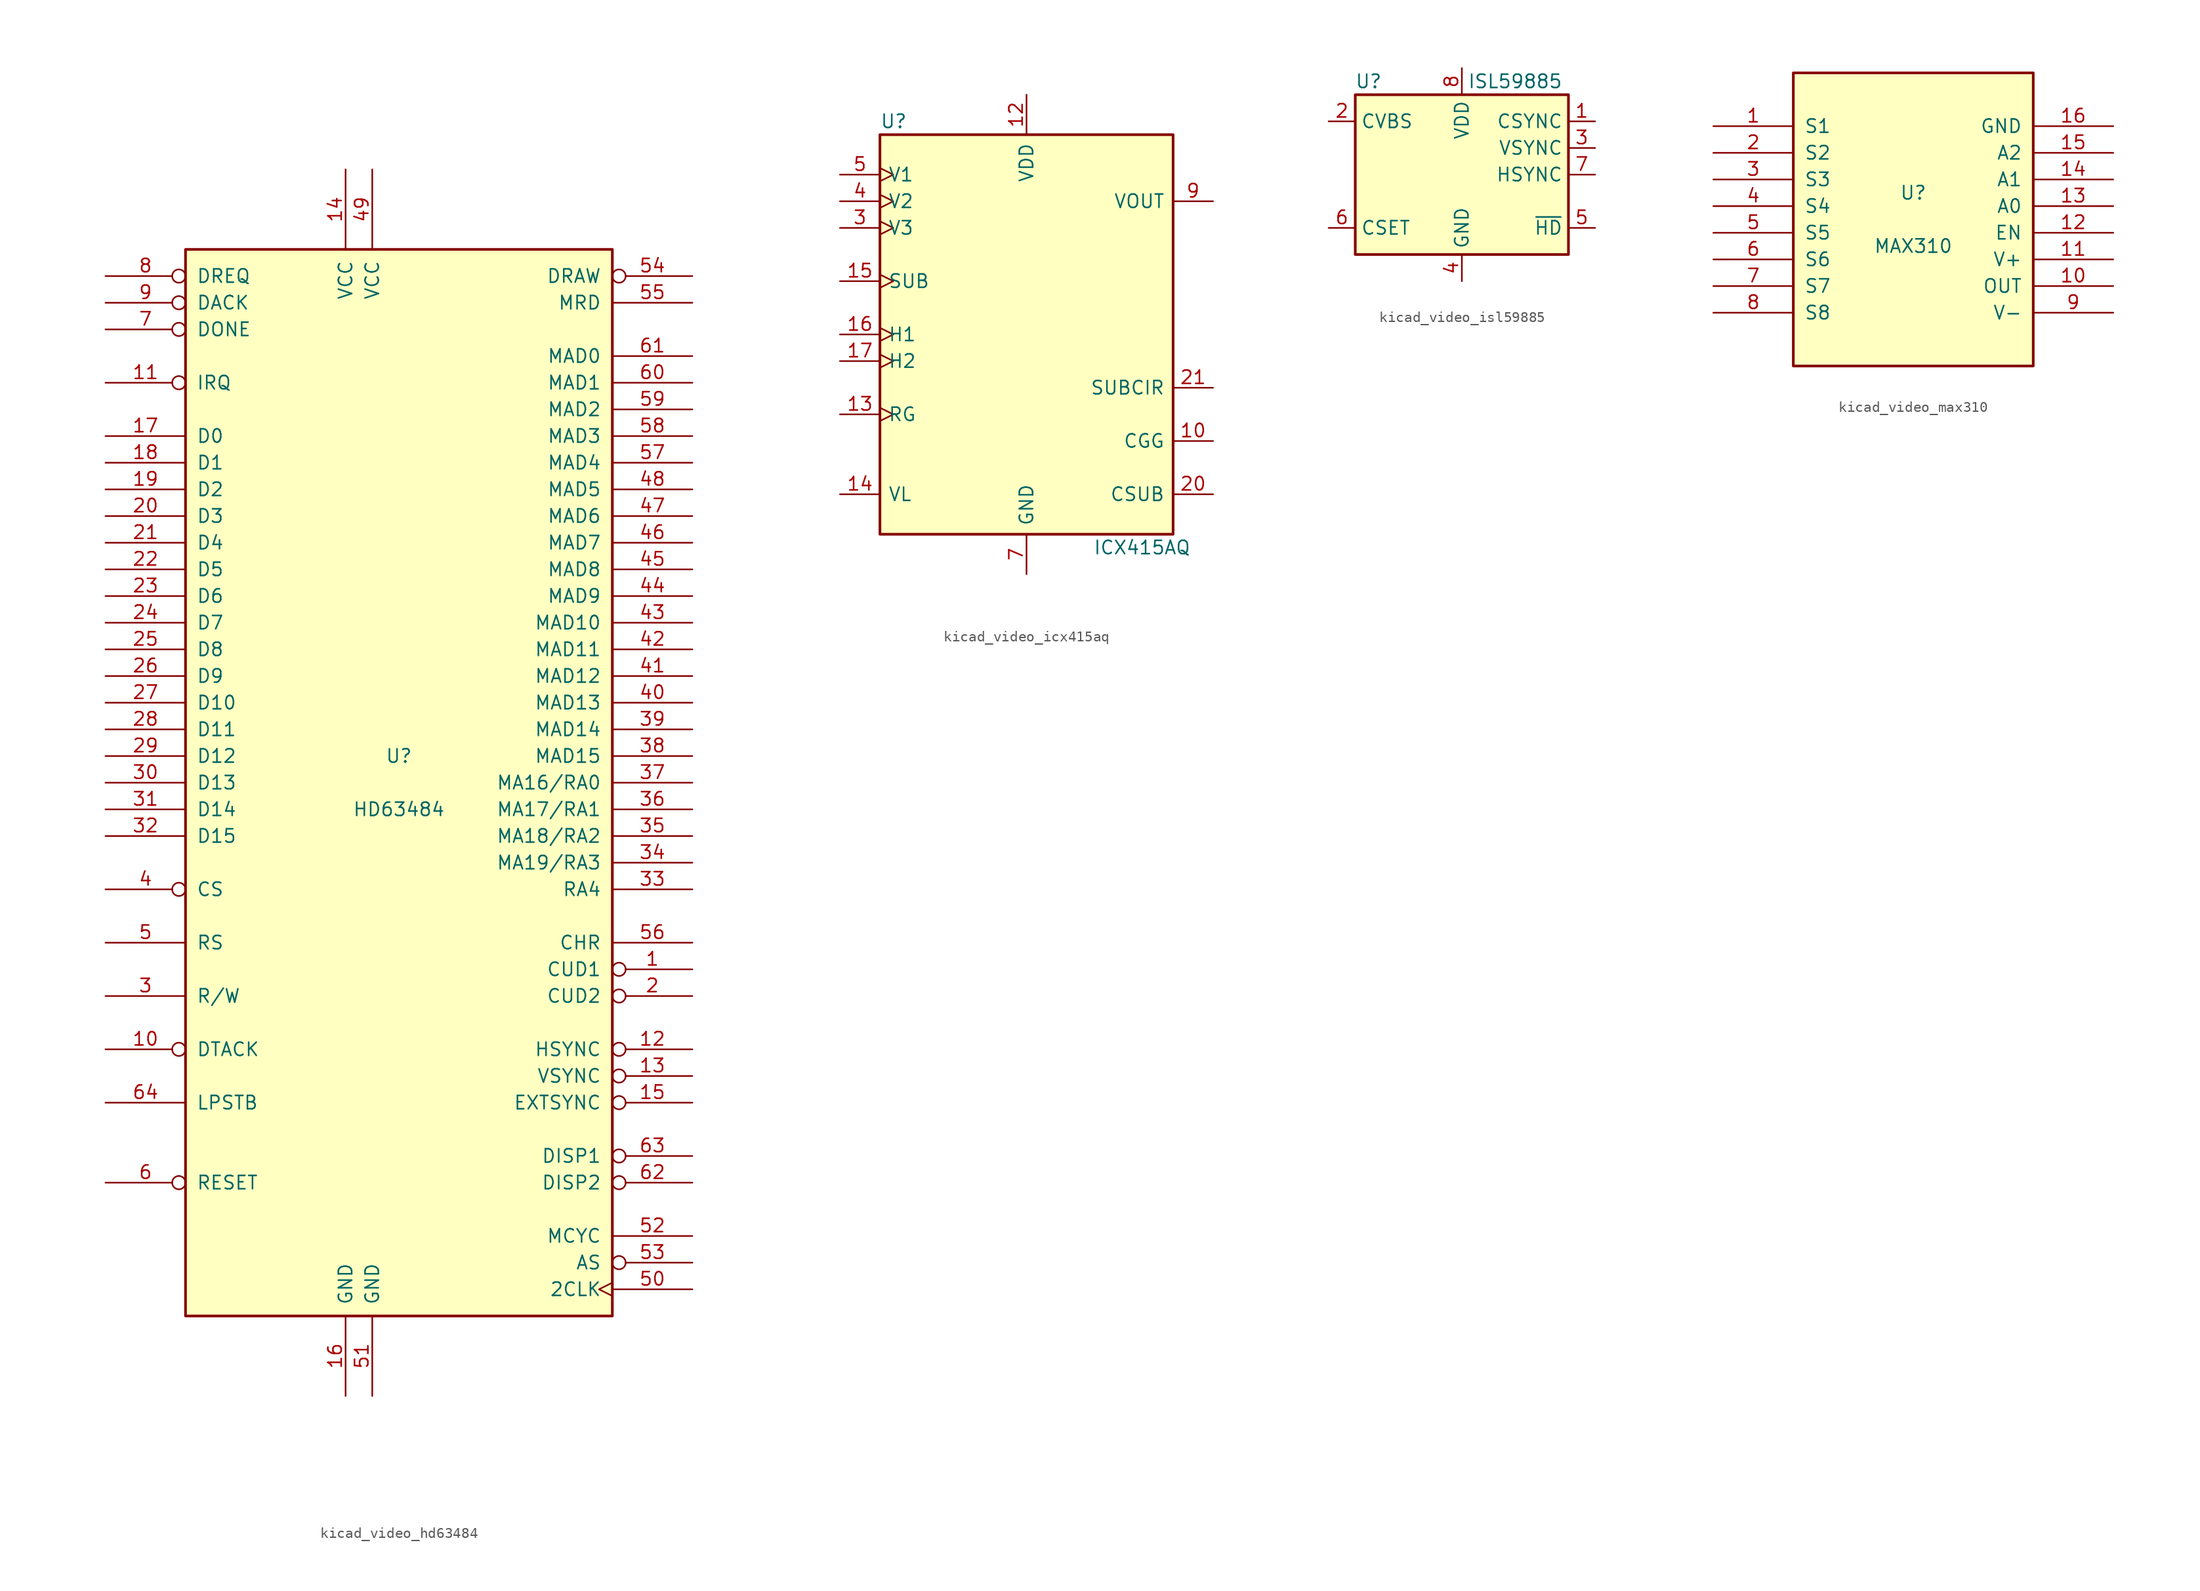
<source format=kicad_sym>
(kicad_symbol_lib
  (version 20220914)
  (generator kicad_symbol_editor)
  (symbol "kicad_video_hd63484"
    (pin_names
      (offset 1.016))
    (property "Reference" "U"
      (at 0 2.54 0)
      (effects (font (size 1.27 1.27))))
    (property "Value" "HD63484"
      (at 0 -2.54 0)
      (effects (font (size 1.27 1.27))))
    (symbol "kicad_video_hd63484_0_1"
      (rectangle (start -20.32 -50.8) (end 20.32 50.8) (stroke (width 0.254) (type default)) (fill (type background))))
    (symbol "kicad_video_hd63484_1_1"
      (pin output inverted (at 27.94 -17.78 180) (length 7.62) (name "CUD1" (effects (font (size 1.27 1.27)))) (number "1" (effects (font (size 1.27 1.27)))))
      (pin output inverted (at -27.94 -25.4 0) (length 7.62) (name "DTACK" (effects (font (size 1.27 1.27)))) (number "10" (effects (font (size 1.27 1.27)))))
      (pin output inverted (at -27.94 38.1 0) (length 7.62) (name "IRQ" (effects (font (size 1.27 1.27)))) (number "11" (effects (font (size 1.27 1.27)))))
      (pin output inverted (at 27.94 -25.4 180) (length 7.62) (name "HSYNC" (effects (font (size 1.27 1.27)))) (number "12" (effects (font (size 1.27 1.27)))))
      (pin output inverted (at 27.94 -27.94 180) (length 7.62) (name "VSYNC" (effects (font (size 1.27 1.27)))) (number "13" (effects (font (size 1.27 1.27)))))
      (pin input line (at -5.08 58.42 270) (length 7.62) (name "VCC" (effects (font (size 1.27 1.27)))) (number "14" (effects (font (size 1.27 1.27)))))
      (pin input inverted (at 27.94 -30.48 180) (length 7.62) (name "EXTSYNC" (effects (font (size 1.27 1.27)))) (number "15" (effects (font (size 1.27 1.27)))))
      (pin input line (at -5.08 -58.42 90) (length 7.62) (name "GND" (effects (font (size 1.27 1.27)))) (number "16" (effects (font (size 1.27 1.27)))))
      (pin tri_state line (at -27.94 33.02 0) (length 7.62) (name "D0" (effects (font (size 1.27 1.27)))) (number "17" (effects (font (size 1.27 1.27)))))
      (pin tri_state line (at -27.94 30.48 0) (length 7.62) (name "D1" (effects (font (size 1.27 1.27)))) (number "18" (effects (font (size 1.27 1.27)))))
      (pin tri_state line (at -27.94 27.94 0) (length 7.62) (name "D2" (effects (font (size 1.27 1.27)))) (number "19" (effects (font (size 1.27 1.27)))))
      (pin output inverted (at 27.94 -20.32 180) (length 7.62) (name "CUD2" (effects (font (size 1.27 1.27)))) (number "2" (effects (font (size 1.27 1.27)))))
      (pin tri_state line (at -27.94 25.4 0) (length 7.62) (name "D3" (effects (font (size 1.27 1.27)))) (number "20" (effects (font (size 1.27 1.27)))))
      (pin tri_state line (at -27.94 22.86 0) (length 7.62) (name "D4" (effects (font (size 1.27 1.27)))) (number "21" (effects (font (size 1.27 1.27)))))
      (pin tri_state line (at -27.94 20.32 0) (length 7.62) (name "D5" (effects (font (size 1.27 1.27)))) (number "22" (effects (font (size 1.27 1.27)))))
      (pin tri_state line (at -27.94 17.78 0) (length 7.62) (name "D6" (effects (font (size 1.27 1.27)))) (number "23" (effects (font (size 1.27 1.27)))))
      (pin tri_state line (at -27.94 15.24 0) (length 7.62) (name "D7" (effects (font (size 1.27 1.27)))) (number "24" (effects (font (size 1.27 1.27)))))
      (pin tri_state line (at -27.94 12.7 0) (length 7.62) (name "D8" (effects (font (size 1.27 1.27)))) (number "25" (effects (font (size 1.27 1.27)))))
      (pin tri_state line (at -27.94 10.16 0) (length 7.62) (name "D9" (effects (font (size 1.27 1.27)))) (number "26" (effects (font (size 1.27 1.27)))))
      (pin tri_state line (at -27.94 7.62 0) (length 7.62) (name "D10" (effects (font (size 1.27 1.27)))) (number "27" (effects (font (size 1.27 1.27)))))
      (pin tri_state line (at -27.94 5.08 0) (length 7.62) (name "D11" (effects (font (size 1.27 1.27)))) (number "28" (effects (font (size 1.27 1.27)))))
      (pin tri_state line (at -27.94 2.54 0) (length 7.62) (name "D12" (effects (font (size 1.27 1.27)))) (number "29" (effects (font (size 1.27 1.27)))))
      (pin input line (at -27.94 -20.32 0) (length 7.62) (name "R/W" (effects (font (size 1.27 1.27)))) (number "3" (effects (font (size 1.27 1.27)))))
      (pin tri_state line (at -27.94 0 0) (length 7.62) (name "D13" (effects (font (size 1.27 1.27)))) (number "30" (effects (font (size 1.27 1.27)))))
      (pin tri_state line (at -27.94 -2.54 0) (length 7.62) (name "D14" (effects (font (size 1.27 1.27)))) (number "31" (effects (font (size 1.27 1.27)))))
      (pin tri_state line (at -27.94 -5.08 0) (length 7.62) (name "D15" (effects (font (size 1.27 1.27)))) (number "32" (effects (font (size 1.27 1.27)))))
      (pin output line (at 27.94 -10.16 180) (length 7.62) (name "RA4" (effects (font (size 1.27 1.27)))) (number "33" (effects (font (size 1.27 1.27)))))
      (pin output line (at 27.94 -7.62 180) (length 7.62) (name "MA19/RA3" (effects (font (size 1.27 1.27)))) (number "34" (effects (font (size 1.27 1.27)))))
      (pin output line (at 27.94 -5.08 180) (length 7.62) (name "MA18/RA2" (effects (font (size 1.27 1.27)))) (number "35" (effects (font (size 1.27 1.27)))))
      (pin output line (at 27.94 -2.54 180) (length 7.62) (name "MA17/RA1" (effects (font (size 1.27 1.27)))) (number "36" (effects (font (size 1.27 1.27)))))
      (pin output line (at 27.94 0 180) (length 7.62) (name "MA16/RA0" (effects (font (size 1.27 1.27)))) (number "37" (effects (font (size 1.27 1.27)))))
      (pin tri_state line (at 27.94 2.54 180) (length 7.62) (name "MAD15" (effects (font (size 1.27 1.27)))) (number "38" (effects (font (size 1.27 1.27)))))
      (pin tri_state line (at 27.94 5.08 180) (length 7.62) (name "MAD14" (effects (font (size 1.27 1.27)))) (number "39" (effects (font (size 1.27 1.27)))))
      (pin input inverted (at -27.94 -10.16 0) (length 7.62) (name "CS" (effects (font (size 1.27 1.27)))) (number "4" (effects (font (size 1.27 1.27)))))
      (pin tri_state line (at 27.94 7.62 180) (length 7.62) (name "MAD13" (effects (font (size 1.27 1.27)))) (number "40" (effects (font (size 1.27 1.27)))))
      (pin tri_state line (at 27.94 10.16 180) (length 7.62) (name "MAD12" (effects (font (size 1.27 1.27)))) (number "41" (effects (font (size 1.27 1.27)))))
      (pin tri_state line (at 27.94 12.7 180) (length 7.62) (name "MAD11" (effects (font (size 1.27 1.27)))) (number "42" (effects (font (size 1.27 1.27)))))
      (pin tri_state line (at 27.94 15.24 180) (length 7.62) (name "MAD10" (effects (font (size 1.27 1.27)))) (number "43" (effects (font (size 1.27 1.27)))))
      (pin tri_state line (at 27.94 17.78 180) (length 7.62) (name "MAD9" (effects (font (size 1.27 1.27)))) (number "44" (effects (font (size 1.27 1.27)))))
      (pin tri_state line (at 27.94 20.32 180) (length 7.62) (name "MAD8" (effects (font (size 1.27 1.27)))) (number "45" (effects (font (size 1.27 1.27)))))
      (pin tri_state line (at 27.94 22.86 180) (length 7.62) (name "MAD7" (effects (font (size 1.27 1.27)))) (number "46" (effects (font (size 1.27 1.27)))))
      (pin tri_state line (at 27.94 25.4 180) (length 7.62) (name "MAD6" (effects (font (size 1.27 1.27)))) (number "47" (effects (font (size 1.27 1.27)))))
      (pin tri_state line (at 27.94 27.94 180) (length 7.62) (name "MAD5" (effects (font (size 1.27 1.27)))) (number "48" (effects (font (size 1.27 1.27)))))
      (pin input line (at -2.54 58.42 270) (length 7.62) (name "VCC" (effects (font (size 1.27 1.27)))) (number "49" (effects (font (size 1.27 1.27)))))
      (pin input line (at -27.94 -15.24 0) (length 7.62) (name "RS" (effects (font (size 1.27 1.27)))) (number "5" (effects (font (size 1.27 1.27)))))
      (pin input clock (at 27.94 -48.26 180) (length 7.62) (name "2CLK" (effects (font (size 1.27 1.27)))) (number "50" (effects (font (size 1.27 1.27)))))
      (pin input line (at -2.54 -58.42 90) (length 7.62) (name "GND" (effects (font (size 1.27 1.27)))) (number "51" (effects (font (size 1.27 1.27)))))
      (pin output line (at 27.94 -43.18 180) (length 7.62) (name "MCYC" (effects (font (size 1.27 1.27)))) (number "52" (effects (font (size 1.27 1.27)))))
      (pin output inverted (at 27.94 -45.72 180) (length 7.62) (name "AS" (effects (font (size 1.27 1.27)))) (number "53" (effects (font (size 1.27 1.27)))))
      (pin output inverted (at 27.94 48.26 180) (length 7.62) (name "DRAW" (effects (font (size 1.27 1.27)))) (number "54" (effects (font (size 1.27 1.27)))))
      (pin output line (at 27.94 45.72 180) (length 7.62) (name "MRD" (effects (font (size 1.27 1.27)))) (number "55" (effects (font (size 1.27 1.27)))))
      (pin output line (at 27.94 -15.24 180) (length 7.62) (name "CHR" (effects (font (size 1.27 1.27)))) (number "56" (effects (font (size 1.27 1.27)))))
      (pin tri_state line (at 27.94 30.48 180) (length 7.62) (name "MAD4" (effects (font (size 1.27 1.27)))) (number "57" (effects (font (size 1.27 1.27)))))
      (pin tri_state line (at 27.94 33.02 180) (length 7.62) (name "MAD3" (effects (font (size 1.27 1.27)))) (number "58" (effects (font (size 1.27 1.27)))))
      (pin tri_state line (at 27.94 35.56 180) (length 7.62) (name "MAD2" (effects (font (size 1.27 1.27)))) (number "59" (effects (font (size 1.27 1.27)))))
      (pin input inverted (at -27.94 -38.1 0) (length 7.62) (name "RESET" (effects (font (size 1.27 1.27)))) (number "6" (effects (font (size 1.27 1.27)))))
      (pin tri_state line (at 27.94 38.1 180) (length 7.62) (name "MAD1" (effects (font (size 1.27 1.27)))) (number "60" (effects (font (size 1.27 1.27)))))
      (pin tri_state line (at 27.94 40.64 180) (length 7.62) (name "MAD0" (effects (font (size 1.27 1.27)))) (number "61" (effects (font (size 1.27 1.27)))))
      (pin output inverted (at 27.94 -38.1 180) (length 7.62) (name "DISP2" (effects (font (size 1.27 1.27)))) (number "62" (effects (font (size 1.27 1.27)))))
      (pin output inverted (at 27.94 -35.56 180) (length 7.62) (name "DISP1" (effects (font (size 1.27 1.27)))) (number "63" (effects (font (size 1.27 1.27)))))
      (pin input line (at -27.94 -30.48 0) (length 7.62) (name "LPSTB" (effects (font (size 1.27 1.27)))) (number "64" (effects (font (size 1.27 1.27)))))
      (pin input inverted (at -27.94 43.18 0) (length 7.62) (name "DONE" (effects (font (size 1.27 1.27)))) (number "7" (effects (font (size 1.27 1.27)))))
      (pin output inverted (at -27.94 48.26 0) (length 7.62) (name "DREQ" (effects (font (size 1.27 1.27)))) (number "8" (effects (font (size 1.27 1.27)))))
      (pin input inverted (at -27.94 45.72 0) (length 7.62) (name "DACK" (effects (font (size 1.27 1.27)))) (number "9" (effects (font (size 1.27 1.27)))))))
  (symbol "kicad_video_icx415aq"
    (pin_names
      (offset 0.762))
    (property "Reference" "U"
      (at -13.97 20.32 0)
      (effects (font (size 1.27 1.27)) (justify left)))
    (property "Value" "ICX415AQ"
      (at 6.35 -20.32 0)
      (effects (font (size 1.27 1.27)) (justify left)))
    (symbol "kicad_video_icx415aq_0_1"
      (rectangle (start -13.97 19.05) (end 13.97 -19.05) (stroke (width 0.254) (type default)) (fill (type background))))
    (symbol "kicad_video_icx415aq_1_1"
      (pin input line (at 17.78 -10.16 180) (length 3.81) (name "CGG" (effects (font (size 1.27 1.27)))) (number "10" (effects (font (size 1.27 1.27)))))
      (pin power_in line (at 0 22.86 270) (length 3.81) (name "VDD" (effects (font (size 1.27 1.27)))) (number "12" (effects (font (size 1.27 1.27)))))
      (pin input clock (at -17.78 -7.62 0) (length 3.81) (name "RG" (effects (font (size 1.27 1.27)))) (number "13" (effects (font (size 1.27 1.27)))))
      (pin power_in line (at -17.78 -15.24 0) (length 3.81) (name "VL" (effects (font (size 1.27 1.27)))) (number "14" (effects (font (size 1.27 1.27)))))
      (pin input clock (at -17.78 5.08 0) (length 3.81) (name "SUB" (effects (font (size 1.27 1.27)))) (number "15" (effects (font (size 1.27 1.27)))))
      (pin input clock (at -17.78 0 0) (length 3.81) (name "H1" (effects (font (size 1.27 1.27)))) (number "16" (effects (font (size 1.27 1.27)))))
      (pin input clock (at -17.78 -2.54 0) (length 3.81) (name "H2" (effects (font (size 1.27 1.27)))) (number "17" (effects (font (size 1.27 1.27)))))
      (pin input line (at 17.78 -15.24 180) (length 3.81) (name "CSUB" (effects (font (size 1.27 1.27)))) (number "20" (effects (font (size 1.27 1.27)))))
      (pin power_in line (at 17.78 -5.08 180) (length 3.81) (name "SUBCIR" (effects (font (size 1.27 1.27)))) (number "21" (effects (font (size 1.27 1.27)))))
      (pin input clock (at -17.78 10.16 0) (length 3.81) (name "V3" (effects (font (size 1.27 1.27)))) (number "3" (effects (font (size 1.27 1.27)))))
      (pin input clock (at -17.78 12.7 0) (length 3.81) (name "V2" (effects (font (size 1.27 1.27)))) (number "4" (effects (font (size 1.27 1.27)))))
      (pin input clock (at -17.78 15.24 0) (length 3.81) (name "V1" (effects (font (size 1.27 1.27)))) (number "5" (effects (font (size 1.27 1.27)))))
      (pin power_in line (at 0 -22.86 90) (length 3.81) (name "GND" (effects (font (size 1.27 1.27)))) (number "7" (effects (font (size 1.27 1.27)))))
      (pin output line (at 17.78 12.7 180) (length 3.81) (name "VOUT" (effects (font (size 1.27 1.27)))) (number "9" (effects (font (size 1.27 1.27)))))))
  (symbol "kicad_video_isl59885"
    (property "Reference" "U"
      (at -8.89 8.89 0)
      (effects (font (size 1.27 1.27))))
    (property "Value" "ISL59885"
      (at 5.08 8.89 0)
      (effects (font (size 1.27 1.27))))
    (symbol "kicad_video_isl59885_0_1"
      (rectangle (start -10.16 7.62) (end 10.16 -7.62) (stroke (width 0.254) (type default)) (fill (type background))))
    (symbol "kicad_video_isl59885_1_1"
      (pin output line (at 12.7 5.08 180) (length 2.54) (name "CSYNC" (effects (font (size 1.27 1.27)))) (number "1" (effects (font (size 1.27 1.27)))))
      (pin input line (at -12.7 5.08 0) (length 2.54) (name "CVBS" (effects (font (size 1.27 1.27)))) (number "2" (effects (font (size 1.27 1.27)))))
      (pin output line (at 12.7 2.54 180) (length 2.54) (name "VSYNC" (effects (font (size 1.27 1.27)))) (number "3" (effects (font (size 1.27 1.27)))))
      (pin power_in line (at 0 -10.16 90) (length 2.54) (name "GND" (effects (font (size 1.27 1.27)))) (number "4" (effects (font (size 1.27 1.27)))))
      (pin output line (at 12.7 -5.08 180) (length 2.54) (name "~{HD}" (effects (font (size 1.27 1.27)))) (number "5" (effects (font (size 1.27 1.27)))))
      (pin passive line (at -12.7 -5.08 0) (length 2.54) (name "CSET" (effects (font (size 1.27 1.27)))) (number "6" (effects (font (size 1.27 1.27)))))
      (pin output line (at 12.7 0 180) (length 2.54) (name "HSYNC" (effects (font (size 1.27 1.27)))) (number "7" (effects (font (size 1.27 1.27)))))
      (pin power_in line (at 0 10.16 270) (length 2.54) (name "VDD" (effects (font (size 1.27 1.27)))) (number "8" (effects (font (size 1.27 1.27)))))))
  (symbol "kicad_video_max310"
    (pin_names
      (offset 1.016))
    (property "Reference" "U"
      (at 0 2.54 0)
      (effects (font (size 1.27 1.27))))
    (property "Value" "MAX310"
      (at 0 -2.54 0)
      (effects (font (size 1.27 1.27))))
    (symbol "kicad_video_max310_0_1"
      (rectangle (start -11.43 -13.97) (end 11.43 13.97) (stroke (width 0.254) (type default)) (fill (type background))))
    (symbol "kicad_video_max310_1_1"
      (pin input line (at -19.05 8.89 0) (length 7.62) (name "S1" (effects (font (size 1.27 1.27)))) (number "1" (effects (font (size 1.27 1.27)))))
      (pin input line (at 19.05 -6.35 180) (length 7.62) (name "OUT" (effects (font (size 1.27 1.27)))) (number "10" (effects (font (size 1.27 1.27)))))
      (pin input line (at 19.05 -3.81 180) (length 7.62) (name "V+" (effects (font (size 1.27 1.27)))) (number "11" (effects (font (size 1.27 1.27)))))
      (pin input line (at 19.05 -1.27 180) (length 7.62) (name "EN" (effects (font (size 1.27 1.27)))) (number "12" (effects (font (size 1.27 1.27)))))
      (pin input line (at 19.05 1.27 180) (length 7.62) (name "A0" (effects (font (size 1.27 1.27)))) (number "13" (effects (font (size 1.27 1.27)))))
      (pin input line (at 19.05 3.81 180) (length 7.62) (name "A1" (effects (font (size 1.27 1.27)))) (number "14" (effects (font (size 1.27 1.27)))))
      (pin input line (at 19.05 6.35 180) (length 7.62) (name "A2" (effects (font (size 1.27 1.27)))) (number "15" (effects (font (size 1.27 1.27)))))
      (pin input line (at 19.05 8.89 180) (length 7.62) (name "GND" (effects (font (size 1.27 1.27)))) (number "16" (effects (font (size 1.27 1.27)))))
      (pin input line (at -19.05 6.35 0) (length 7.62) (name "S2" (effects (font (size 1.27 1.27)))) (number "2" (effects (font (size 1.27 1.27)))))
      (pin input line (at -19.05 3.81 0) (length 7.62) (name "S3" (effects (font (size 1.27 1.27)))) (number "3" (effects (font (size 1.27 1.27)))))
      (pin input line (at -19.05 1.27 0) (length 7.62) (name "S4" (effects (font (size 1.27 1.27)))) (number "4" (effects (font (size 1.27 1.27)))))
      (pin input line (at -19.05 -1.27 0) (length 7.62) (name "S5" (effects (font (size 1.27 1.27)))) (number "5" (effects (font (size 1.27 1.27)))))
      (pin input line (at -19.05 -3.81 0) (length 7.62) (name "S6" (effects (font (size 1.27 1.27)))) (number "6" (effects (font (size 1.27 1.27)))))
      (pin input line (at -19.05 -6.35 0) (length 7.62) (name "S7" (effects (font (size 1.27 1.27)))) (number "7" (effects (font (size 1.27 1.27)))))
      (pin input line (at -19.05 -8.89 0) (length 7.62) (name "S8" (effects (font (size 1.27 1.27)))) (number "8" (effects (font (size 1.27 1.27)))))
      (pin input line (at 19.05 -8.89 180) (length 7.62) (name "V-" (effects (font (size 1.27 1.27)))) (number "9" (effects (font (size 1.27 1.27))))))))
</source>
